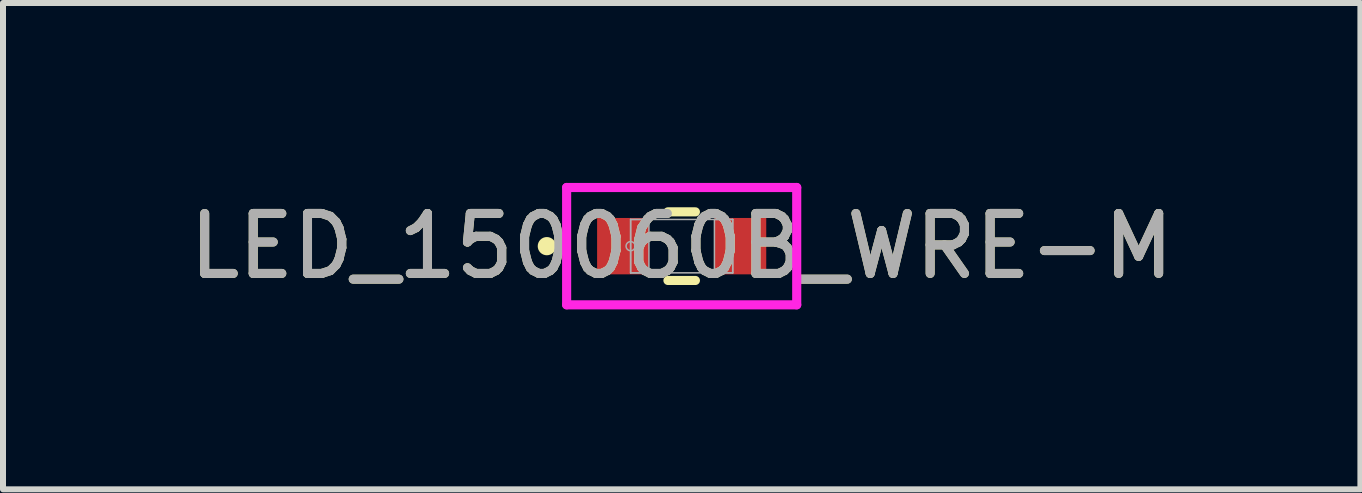
<source format=kicad_pcb>
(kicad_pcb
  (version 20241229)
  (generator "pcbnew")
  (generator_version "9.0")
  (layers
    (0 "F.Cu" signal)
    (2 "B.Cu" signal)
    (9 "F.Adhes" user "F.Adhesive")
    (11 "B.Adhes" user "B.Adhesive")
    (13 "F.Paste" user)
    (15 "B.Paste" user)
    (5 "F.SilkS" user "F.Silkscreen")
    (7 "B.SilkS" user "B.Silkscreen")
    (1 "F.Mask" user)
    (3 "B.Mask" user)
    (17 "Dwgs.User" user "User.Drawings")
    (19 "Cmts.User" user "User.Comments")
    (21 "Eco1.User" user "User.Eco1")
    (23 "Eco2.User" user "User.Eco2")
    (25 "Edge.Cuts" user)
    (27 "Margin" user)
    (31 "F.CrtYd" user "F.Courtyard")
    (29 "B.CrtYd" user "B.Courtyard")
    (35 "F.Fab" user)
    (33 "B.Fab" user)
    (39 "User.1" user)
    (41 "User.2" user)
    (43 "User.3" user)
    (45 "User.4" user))
  (footprint "LED_150060B_WRE-M"
    (layer "F.Cu")
    (at 8.315 1.054)
    (property "Reference" "LED_150060B_WRE-M" (at 0 0 0) (unlocked yes) (layer "F.SilkS") (effects (font (size 1 1) (thickness 0.15))))
    (attr smd)
    (fp_line (start -0.229 0.572) (end 0.229 0.572) (stroke (width 0.152) (type solid)) (layer "F.SilkS"))
    (fp_line (start 0.229 -0.572) (end -0.229 -0.572) (stroke (width 0.152) (type solid)) (layer "F.SilkS"))
    (fp_circle (center -2.248 0) (end -2.172 0) (stroke (width 0.152) (type solid)) (fill no) (layer "F.SilkS"))
    (fp_line (start -1.918 -0.978) (end 1.918 -0.978) (stroke (width 0.152) (type solid)) (layer "F.CrtYd"))
    (fp_line (start -1.918 0.978) (end -1.918 -0.978) (stroke (width 0.152) (type solid)) (layer "F.CrtYd"))
    (fp_line (start 1.918 -0.978) (end 1.918 0.978) (stroke (width 0.152) (type solid)) (layer "F.CrtYd"))
    (fp_line (start 1.918 0.978) (end -1.918 0.978) (stroke (width 0.152) (type solid)) (layer "F.CrtYd"))
    (fp_line (start -0.851 -0.445) (end -0.851 0.445) (stroke (width 0.025) (type solid)) (layer "F.Fab"))
    (fp_line (start -0.851 -0.445) (end -0.851 0.445) (stroke (width 0.025) (type solid)) (layer "F.Fab"))
    (fp_line (start -0.851 0.445) (end -0.546 0.445) (stroke (width 0.025) (type solid)) (layer "F.Fab"))
    (fp_line (start -0.851 0.445) (end 0.851 0.445) (stroke (width 0.025) (type solid)) (layer "F.Fab"))
    (fp_line (start -0.546 -0.445) (end -0.851 -0.445) (stroke (width 0.025) (type solid)) (layer "F.Fab"))
    (fp_line (start -0.546 0.445) (end -0.546 -0.445) (stroke (width 0.025) (type solid)) (layer "F.Fab"))
    (fp_line (start 0.546 -0.445) (end 0.546 0.445) (stroke (width 0.025) (type solid)) (layer "F.Fab"))
    (fp_line (start 0.546 0.445) (end 0.851 0.445) (stroke (width 0.025) (type solid)) (layer "F.Fab"))
    (fp_line (start 0.851 -0.445) (end -0.851 -0.445) (stroke (width 0.025) (type solid)) (layer "F.Fab"))
    (fp_line (start 0.851 -0.445) (end 0.546 -0.445) (stroke (width 0.025) (type solid)) (layer "F.Fab"))
    (fp_line (start 0.851 0.445) (end 0.851 -0.445) (stroke (width 0.025) (type solid)) (layer "F.Fab"))
    (fp_line (start 0.851 0.445) (end 0.851 -0.445) (stroke (width 0.025) (type solid)) (layer "F.Fab"))
    (fp_circle (center -0.851 0) (end -0.775 0) (stroke (width 0.025) (type solid)) (fill no) (layer "F.Fab"))
    (fp_text user "${REFERENCE}" (at 0 0 0) (unlocked yes) (layer "F.Fab") (effects (font (size 1 1) (thickness 0.15))))
    (pad "1" smd rect (at -0.978 0) (size 0.864 0.94) (layers "F.Cu" "F.Mask" "F.Paste"))
    (pad "2" smd rect (at 0.978 0) (size 0.864 0.94) (layers "F.Cu" "F.Mask" "F.Paste"))
    (zone (net_name "") (layer "F.Cu") (hatch full 0.508) (connect_pads) (min_thickness 0.254) (filled_areas_thickness no) (keepout (tracks not_allowed) (vias not_allowed) (pads allowed) (copperpour not_allowed) (footprints allowed)) (placement (enabled no)) (fill) (polygon (pts (xy 7.82 0.66) (xy 8.811 0.66) (xy 8.811 1.448) (xy 7.82 1.448)))))
  (gr_rect
    (start -3 -3)
    (end 19.631 5.108)
    (stroke (width 0.1) (type default))
    (fill no)
    (layer "Edge.Cuts")))
</source>
